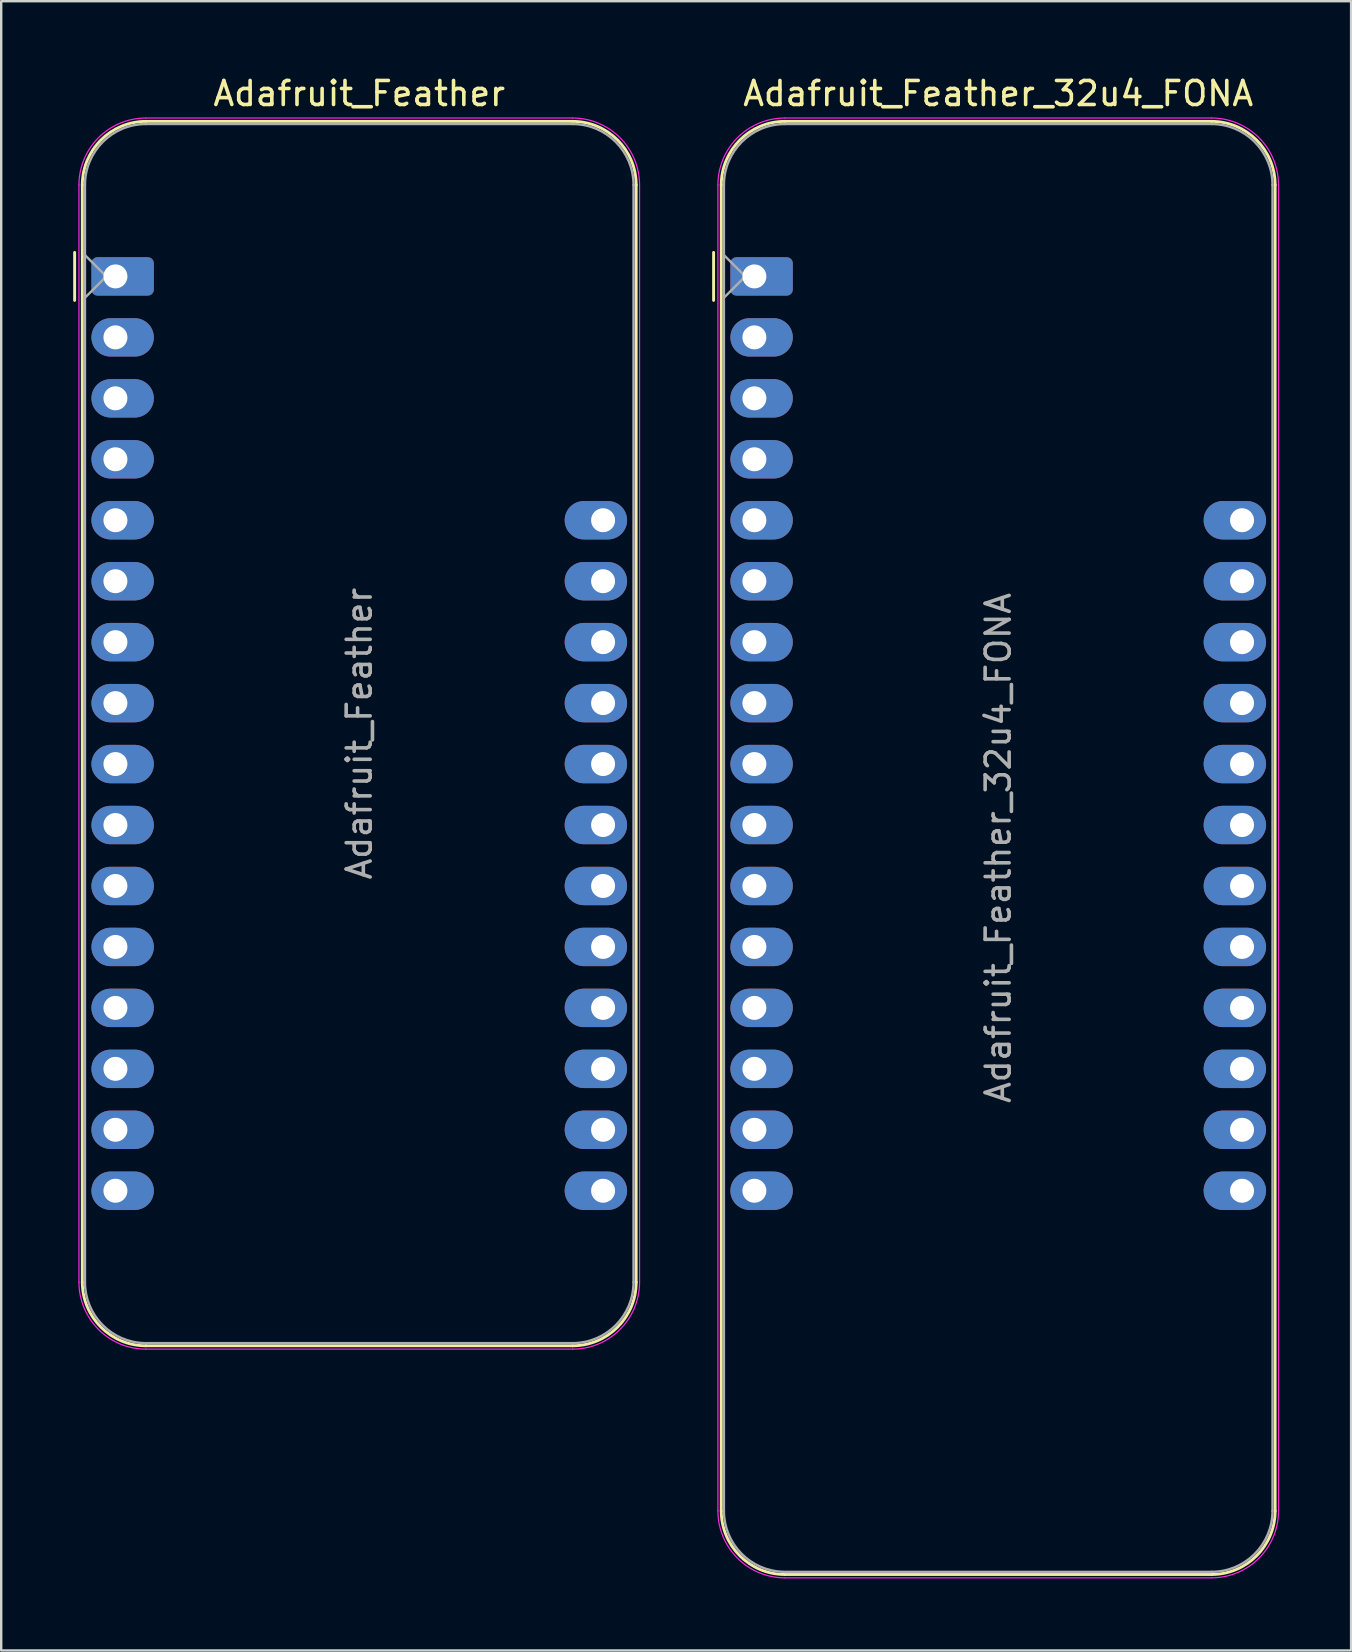
<source format=kicad_pcb>
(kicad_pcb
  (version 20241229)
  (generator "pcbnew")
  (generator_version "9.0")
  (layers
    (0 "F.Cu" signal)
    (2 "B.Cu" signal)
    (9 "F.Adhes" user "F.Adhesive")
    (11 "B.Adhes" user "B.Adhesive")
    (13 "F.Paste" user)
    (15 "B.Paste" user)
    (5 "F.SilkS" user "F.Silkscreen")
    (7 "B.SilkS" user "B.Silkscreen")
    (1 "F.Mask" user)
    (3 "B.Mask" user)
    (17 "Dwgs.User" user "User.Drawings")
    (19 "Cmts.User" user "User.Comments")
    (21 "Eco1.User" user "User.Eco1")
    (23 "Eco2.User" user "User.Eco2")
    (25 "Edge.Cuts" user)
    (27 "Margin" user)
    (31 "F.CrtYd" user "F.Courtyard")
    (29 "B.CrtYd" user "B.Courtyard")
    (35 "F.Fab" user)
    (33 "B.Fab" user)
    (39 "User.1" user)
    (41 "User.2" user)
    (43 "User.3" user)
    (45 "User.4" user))
  (footprint "Adafruit_Feather"
    (layer "F.Cu")
    (at 1.76 8.468)
    (property "Reference" "Adafruit_Feather" (at 10.16 -7.62 0) (layer "F.SilkS") (effects (font (size 1 1) (thickness 0.15))))
    (attr through_hole)
    (fp_line (start -1.7 1) (end -1.7 -1) (stroke (width 0.12) (type solid)) (layer "F.SilkS"))
    (fp_line (start -1.38 -3.81) (end -1.38 41.91) (stroke (width 0.12) (type solid)) (layer "F.SilkS"))
    (fp_line (start 19.05 -6.46) (end 1.27 -6.46) (stroke (width 0.12) (type solid)) (layer "F.SilkS"))
    (fp_line (start 19.05 44.56) (end 1.27 44.56) (stroke (width 0.12) (type solid)) (layer "F.SilkS"))
    (fp_line (start 21.7 -3.81) (end 21.7 41.91) (stroke (width 0.12) (type solid)) (layer "F.SilkS"))
    (fp_arc (start -1.38 -3.81) (mid -0.603833 -5.683833) (end 1.27 -6.46) (stroke (width 0.12) (type solid)) (layer "F.SilkS"))
    (fp_arc (start 1.27 44.56) (mid -0.603833 43.783833) (end -1.38 41.91) (stroke (width 0.12) (type solid)) (layer "F.SilkS"))
    (fp_arc (start 19.05 -6.46) (mid 20.923833 -5.683833) (end 21.7 -3.81) (stroke (width 0.12) (type solid)) (layer "F.SilkS"))
    (fp_arc (start 21.7 41.91) (mid 20.923833 43.783833) (end 19.05 44.56) (stroke (width 0.12) (type solid)) (layer "F.SilkS"))
    (fp_line (start -1.52 41.91) (end -1.52 -3.81) (stroke (width 0.05) (type solid)) (layer "F.CrtYd"))
    (fp_line (start 19.05 -6.6) (end 1.27 -6.6) (stroke (width 0.05) (type solid)) (layer "F.CrtYd"))
    (fp_line (start 19.05 44.7) (end 1.27 44.7) (stroke (width 0.05) (type solid)) (layer "F.CrtYd"))
    (fp_line (start 21.84 41.91) (end 21.84 -3.81) (stroke (width 0.05) (type solid)) (layer "F.CrtYd"))
    (fp_arc (start -1.52 -3.81) (mid -0.702828 -5.782828) (end 1.27 -6.6) (stroke (width 0.05) (type solid)) (layer "F.CrtYd"))
    (fp_arc (start 1.27 44.7) (mid -0.702828 43.882828) (end -1.52 41.91) (stroke (width 0.05) (type solid)) (layer "F.CrtYd"))
    (fp_arc (start 19.05 -6.6) (mid 21.022828 -5.782828) (end 21.84 -3.81) (stroke (width 0.05) (type solid)) (layer "F.CrtYd"))
    (fp_arc (start 21.84 41.91) (mid 21.022828 43.882828) (end 19.05 44.7) (stroke (width 0.05) (type solid)) (layer "F.CrtYd"))
    (fp_line (start -1.27 -3.81) (end -1.27 41.91) (stroke (width 0.1) (type solid)) (layer "F.Fab"))
    (fp_line (start -1.27 -0.889) (end -0.381 0) (stroke (width 0.1) (type solid)) (layer "F.Fab"))
    (fp_line (start -0.381 0) (end -1.27 0.889) (stroke (width 0.1) (type solid)) (layer "F.Fab"))
    (fp_line (start 1.27 44.45) (end 19.05 44.45) (stroke (width 0.1) (type solid)) (layer "F.Fab"))
    (fp_line (start 19.05 -6.35) (end 1.27 -6.35) (stroke (width 0.1) (type solid)) (layer "F.Fab"))
    (fp_line (start 21.59 41.91) (end 21.59 -3.81) (stroke (width 0.1) (type solid)) (layer "F.Fab"))
    (fp_arc (start -1.27 -3.81) (mid -0.526051 -5.606051) (end 1.27 -6.35) (stroke (width 0.1) (type solid)) (layer "F.Fab"))
    (fp_arc (start 1.221238 44.449532) (mid -0.543209 43.688728) (end -1.27 41.91) (stroke (width 0.1) (type solid)) (layer "F.Fab"))
    (fp_arc (start 19.05 -6.35) (mid 20.846051 -5.606051) (end 21.59 -3.81) (stroke (width 0.1) (type solid)) (layer "F.Fab"))
    (fp_arc (start 21.59 41.91) (mid 20.846051 43.706051) (end 19.05 44.45) (stroke (width 0.1) (type solid)) (layer "F.Fab"))
    (fp_text user "${REFERENCE}" (at 10.16 19.05 270) (layer "F.Fab") (effects (font (size 1 1) (thickness 0.15))))
    (pad "1" thru_hole roundrect (at 0 0) (size 2.6 1.6) (drill 1 (offset 0.3 0)) (layers "*.Cu" "*.Mask") (roundrect_rratio 0.156))
    (pad "2" thru_hole oval (at 0 2.54) (size 2.6 1.6) (drill 1 (offset 0.3 0)) (layers "*.Cu" "*.Mask"))
    (pad "3" thru_hole oval (at 0 5.08) (size 2.6 1.6) (drill 1 (offset 0.3 0)) (layers "*.Cu" "*.Mask"))
    (pad "4" thru_hole oval (at 0 7.62) (size 2.6 1.6) (drill 1 (offset 0.3 0)) (layers "*.Cu" "*.Mask"))
    (pad "5" thru_hole oval (at 0 10.16) (size 2.6 1.6) (drill 1 (offset 0.3 0)) (layers "*.Cu" "*.Mask"))
    (pad "6" thru_hole oval (at 0 12.7) (size 2.6 1.6) (drill 1 (offset 0.3 0)) (layers "*.Cu" "*.Mask"))
    (pad "7" thru_hole oval (at 0 15.24) (size 2.6 1.6) (drill 1 (offset 0.3 0)) (layers "*.Cu" "*.Mask"))
    (pad "8" thru_hole oval (at 0 17.78) (size 2.6 1.6) (drill 1 (offset 0.3 0)) (layers "*.Cu" "*.Mask"))
    (pad "9" thru_hole oval (at 0 20.32) (size 2.6 1.6) (drill 1 (offset 0.3 0)) (layers "*.Cu" "*.Mask"))
    (pad "10" thru_hole oval (at 0 22.86) (size 2.6 1.6) (drill 1 (offset 0.3 0)) (layers "*.Cu" "*.Mask"))
    (pad "11" thru_hole oval (at 0 25.4) (size 2.6 1.6) (drill 1 (offset 0.3 0)) (layers "*.Cu" "*.Mask"))
    (pad "12" thru_hole oval (at 0 27.94) (size 2.6 1.6) (drill 1 (offset 0.3 0)) (layers "*.Cu" "*.Mask"))
    (pad "13" thru_hole oval (at 0 30.48) (size 2.6 1.6) (drill 1 (offset 0.3 0)) (layers "*.Cu" "*.Mask"))
    (pad "14" thru_hole oval (at 0 33.02) (size 2.6 1.6) (drill 1 (offset 0.3 0)) (layers "*.Cu" "*.Mask"))
    (pad "15" thru_hole oval (at 0 35.56) (size 2.6 1.6) (drill 1 (offset 0.3 0)) (layers "*.Cu" "*.Mask"))
    (pad "16" thru_hole oval (at 0 38.1) (size 2.6 1.6) (drill 1 (offset 0.3 0)) (layers "*.Cu" "*.Mask"))
    (pad "17" thru_hole oval (at 20.32 38.1 180) (size 2.6 1.6) (drill 1 (offset 0.3 0)) (layers "*.Cu" "*.Mask"))
    (pad "18" thru_hole oval (at 20.32 35.56 180) (size 2.6 1.6) (drill 1 (offset 0.3 0)) (layers "*.Cu" "*.Mask"))
    (pad "19" thru_hole oval (at 20.32 33.02 180) (size 2.6 1.6) (drill 1 (offset 0.3 0)) (layers "*.Cu" "*.Mask"))
    (pad "20" thru_hole oval (at 20.32 30.48 180) (size 2.6 1.6) (drill 1 (offset 0.3 0)) (layers "*.Cu" "*.Mask"))
    (pad "21" thru_hole oval (at 20.32 27.94 180) (size 2.6 1.6) (drill 1 (offset 0.3 0)) (layers "*.Cu" "*.Mask"))
    (pad "22" thru_hole oval (at 20.32 25.4 180) (size 2.6 1.6) (drill 1 (offset 0.3 0)) (layers "*.Cu" "*.Mask"))
    (pad "23" thru_hole oval (at 20.32 22.86 180) (size 2.6 1.6) (drill 1 (offset 0.3 0)) (layers "*.Cu" "*.Mask"))
    (pad "24" thru_hole oval (at 20.32 20.32 180) (size 2.6 1.6) (drill 1 (offset 0.3 0)) (layers "*.Cu" "*.Mask"))
    (pad "25" thru_hole oval (at 20.32 17.78 180) (size 2.6 1.6) (drill 1 (offset 0.3 0)) (layers "*.Cu" "*.Mask"))
    (pad "26" thru_hole oval (at 20.32 15.24 180) (size 2.6 1.6) (drill 1 (offset 0.3 0)) (layers "*.Cu" "*.Mask"))
    (pad "27" thru_hole oval (at 20.32 12.7 180) (size 2.6 1.6) (drill 1 (offset 0.3 0)) (layers "*.Cu" "*.Mask"))
    (pad "28" thru_hole oval (at 20.32 10.16 180) (size 2.6 1.6) (drill 1 (offset 0.3 0)) (layers "*.Cu" "*.Mask")))
  (footprint "Adafruit_Feather_32u4_FONA"
    (layer "F.Cu")
    (at 28.385 8.468)
    (property "Reference" "Adafruit_Feather_32u4_FONA" (at 10.16 -7.62 0) (layer "F.SilkS") (effects (font (size 1 1) (thickness 0.15))))
    (attr through_hole)
    (fp_line (start -1.7 1) (end -1.7 -1) (stroke (width 0.12) (type solid)) (layer "F.SilkS"))
    (fp_line (start -1.38 -3.81) (end -1.38 51.44) (stroke (width 0.12) (type solid)) (layer "F.SilkS"))
    (fp_line (start 19.05 -6.46) (end 1.27 -6.46) (stroke (width 0.12) (type solid)) (layer "F.SilkS"))
    (fp_line (start 19.05 54.09) (end 1.27 54.09) (stroke (width 0.12) (type solid)) (layer "F.SilkS"))
    (fp_line (start 21.7 -3.81) (end 21.7 51.44) (stroke (width 0.12) (type solid)) (layer "F.SilkS"))
    (fp_arc (start -1.38 -3.81) (mid -0.603833 -5.683833) (end 1.27 -6.46) (stroke (width 0.12) (type solid)) (layer "F.SilkS"))
    (fp_arc (start 1.27 54.09) (mid -0.603833 53.313833) (end -1.38 51.44) (stroke (width 0.12) (type solid)) (layer "F.SilkS"))
    (fp_arc (start 19.05 -6.46) (mid 20.923833 -5.683833) (end 21.7 -3.81) (stroke (width 0.12) (type solid)) (layer "F.SilkS"))
    (fp_arc (start 21.7 51.44) (mid 20.923833 53.313833) (end 19.05 54.09) (stroke (width 0.12) (type solid)) (layer "F.SilkS"))
    (fp_line (start -1.52 51.44) (end -1.52 -3.81) (stroke (width 0.05) (type solid)) (layer "F.CrtYd"))
    (fp_line (start 19.05 -6.6) (end 1.27 -6.6) (stroke (width 0.05) (type solid)) (layer "F.CrtYd"))
    (fp_line (start 19.05 54.23) (end 1.27 54.23) (stroke (width 0.05) (type solid)) (layer "F.CrtYd"))
    (fp_line (start 21.84 51.44) (end 21.84 -3.81) (stroke (width 0.05) (type solid)) (layer "F.CrtYd"))
    (fp_arc (start -1.52 -3.81) (mid -0.702828 -5.782828) (end 1.27 -6.6) (stroke (width 0.05) (type solid)) (layer "F.CrtYd"))
    (fp_arc (start 1.27 54.23) (mid -0.702828 53.412828) (end -1.52 51.44) (stroke (width 0.05) (type solid)) (layer "F.CrtYd"))
    (fp_arc (start 19.05 -6.6) (mid 21.022828 -5.782828) (end 21.84 -3.81) (stroke (width 0.05) (type solid)) (layer "F.CrtYd"))
    (fp_arc (start 21.84 51.44) (mid 21.022828 53.412828) (end 19.05 54.23) (stroke (width 0.05) (type solid)) (layer "F.CrtYd"))
    (fp_line (start -1.27 -3.81) (end -1.27 51.44) (stroke (width 0.1) (type solid)) (layer "F.Fab"))
    (fp_line (start -1.27 -0.889) (end -0.381 0) (stroke (width 0.1) (type solid)) (layer "F.Fab"))
    (fp_line (start -0.381 0) (end -1.27 0.889) (stroke (width 0.1) (type solid)) (layer "F.Fab"))
    (fp_line (start 1.27 53.98) (end 19.05 53.98) (stroke (width 0.1) (type solid)) (layer "F.Fab"))
    (fp_line (start 19.05 -6.35) (end 1.27 -6.35) (stroke (width 0.1) (type solid)) (layer "F.Fab"))
    (fp_line (start 21.59 51.44) (end 21.59 -3.81) (stroke (width 0.1) (type solid)) (layer "F.Fab"))
    (fp_arc (start -1.27 -3.81) (mid -0.526051 -5.606051) (end 1.27 -6.35) (stroke (width 0.1) (type solid)) (layer "F.Fab"))
    (fp_arc (start 1.221238 53.979532) (mid -0.543209 53.218728) (end -1.27 51.44) (stroke (width 0.1) (type solid)) (layer "F.Fab"))
    (fp_arc (start 19.05 -6.35) (mid 20.846051 -5.606051) (end 21.59 -3.81) (stroke (width 0.1) (type solid)) (layer "F.Fab"))
    (fp_arc (start 21.59 51.44) (mid 20.846051 53.236051) (end 19.05 53.98) (stroke (width 0.1) (type solid)) (layer "F.Fab"))
    (fp_text user "${REFERENCE}" (at 10.16 23.815 270) (layer "F.Fab") (effects (font (size 1 1) (thickness 0.15))))
    (pad "1" thru_hole roundrect (at 0 0) (size 2.6 1.6) (drill 1 (offset 0.3 0)) (layers "*.Cu" "*.Mask") (roundrect_rratio 0.156))
    (pad "2" thru_hole oval (at 0 2.54) (size 2.6 1.6) (drill 1 (offset 0.3 0)) (layers "*.Cu" "*.Mask"))
    (pad "3" thru_hole oval (at 0 5.08) (size 2.6 1.6) (drill 1 (offset 0.3 0)) (layers "*.Cu" "*.Mask"))
    (pad "4" thru_hole oval (at 0 7.62) (size 2.6 1.6) (drill 1 (offset 0.3 0)) (layers "*.Cu" "*.Mask"))
    (pad "5" thru_hole oval (at 0 10.16) (size 2.6 1.6) (drill 1 (offset 0.3 0)) (layers "*.Cu" "*.Mask"))
    (pad "6" thru_hole oval (at 0 12.7) (size 2.6 1.6) (drill 1 (offset 0.3 0)) (layers "*.Cu" "*.Mask"))
    (pad "7" thru_hole oval (at 0 15.24) (size 2.6 1.6) (drill 1 (offset 0.3 0)) (layers "*.Cu" "*.Mask"))
    (pad "8" thru_hole oval (at 0 17.78) (size 2.6 1.6) (drill 1 (offset 0.3 0)) (layers "*.Cu" "*.Mask"))
    (pad "9" thru_hole oval (at 0 20.32) (size 2.6 1.6) (drill 1 (offset 0.3 0)) (layers "*.Cu" "*.Mask"))
    (pad "10" thru_hole oval (at 0 22.86) (size 2.6 1.6) (drill 1 (offset 0.3 0)) (layers "*.Cu" "*.Mask"))
    (pad "11" thru_hole oval (at 0 25.4) (size 2.6 1.6) (drill 1 (offset 0.3 0)) (layers "*.Cu" "*.Mask"))
    (pad "12" thru_hole oval (at 0 27.94) (size 2.6 1.6) (drill 1 (offset 0.3 0)) (layers "*.Cu" "*.Mask"))
    (pad "13" thru_hole oval (at 0 30.48) (size 2.6 1.6) (drill 1 (offset 0.3 0)) (layers "*.Cu" "*.Mask"))
    (pad "14" thru_hole oval (at 0 33.02) (size 2.6 1.6) (drill 1 (offset 0.3 0)) (layers "*.Cu" "*.Mask"))
    (pad "15" thru_hole oval (at 0 35.56) (size 2.6 1.6) (drill 1 (offset 0.3 0)) (layers "*.Cu" "*.Mask"))
    (pad "16" thru_hole oval (at 0 38.1) (size 2.6 1.6) (drill 1 (offset 0.3 0)) (layers "*.Cu" "*.Mask"))
    (pad "17" thru_hole oval (at 20.32 38.1 180) (size 2.6 1.6) (drill 1 (offset 0.3 0)) (layers "*.Cu" "*.Mask"))
    (pad "18" thru_hole oval (at 20.32 35.56 180) (size 2.6 1.6) (drill 1 (offset 0.3 0)) (layers "*.Cu" "*.Mask"))
    (pad "19" thru_hole oval (at 20.32 33.02 180) (size 2.6 1.6) (drill 1 (offset 0.3 0)) (layers "*.Cu" "*.Mask"))
    (pad "20" thru_hole oval (at 20.32 30.48 180) (size 2.6 1.6) (drill 1 (offset 0.3 0)) (layers "*.Cu" "*.Mask"))
    (pad "21" thru_hole oval (at 20.32 27.94 180) (size 2.6 1.6) (drill 1 (offset 0.3 0)) (layers "*.Cu" "*.Mask"))
    (pad "22" thru_hole oval (at 20.32 25.4 180) (size 2.6 1.6) (drill 1 (offset 0.3 0)) (layers "*.Cu" "*.Mask"))
    (pad "23" thru_hole oval (at 20.32 22.86 180) (size 2.6 1.6) (drill 1 (offset 0.3 0)) (layers "*.Cu" "*.Mask"))
    (pad "24" thru_hole oval (at 20.32 20.32 180) (size 2.6 1.6) (drill 1 (offset 0.3 0)) (layers "*.Cu" "*.Mask"))
    (pad "25" thru_hole oval (at 20.32 17.78 180) (size 2.6 1.6) (drill 1 (offset 0.3 0)) (layers "*.Cu" "*.Mask"))
    (pad "26" thru_hole oval (at 20.32 15.24 180) (size 2.6 1.6) (drill 1 (offset 0.3 0)) (layers "*.Cu" "*.Mask"))
    (pad "27" thru_hole oval (at 20.32 12.7 180) (size 2.6 1.6) (drill 1 (offset 0.3 0)) (layers "*.Cu" "*.Mask"))
    (pad "28" thru_hole oval (at 20.32 10.16 180) (size 2.6 1.6) (drill 1 (offset 0.3 0)) (layers "*.Cu" "*.Mask")))
  (gr_rect
    (start -3 -3)
    (end 53.25 65.723)
    (stroke (width 0.1) (type default))
    (fill no)
    (layer "Edge.Cuts")))
</source>
